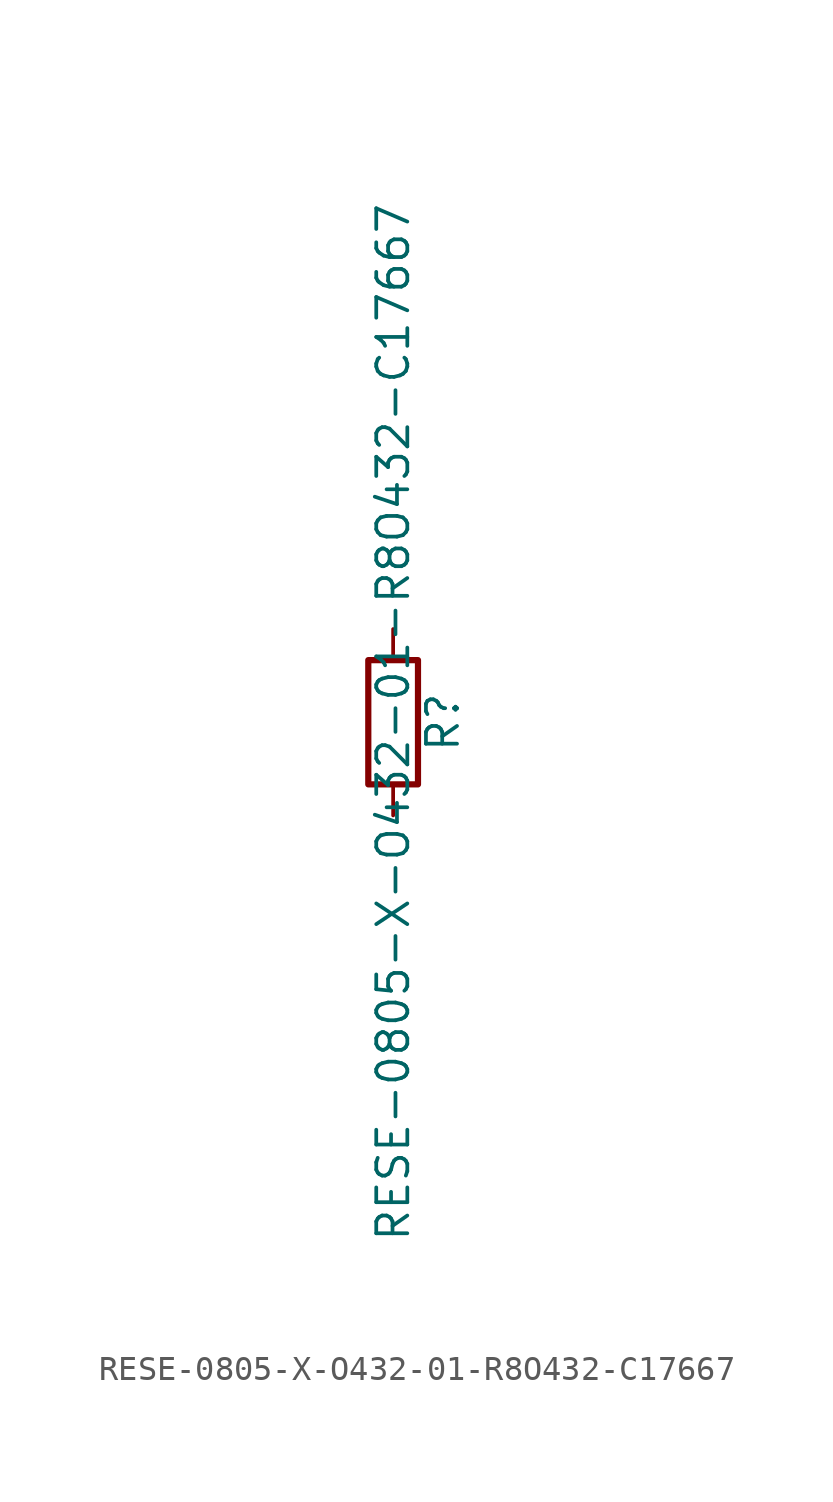
<source format=kicad_sym>
(kicad_symbol_lib
  (version 20211014)
  (generator kicad_symbol_editor)
  (symbol "RESE-0805-X-O432-01-R8O432-C17667"
    (pin_numbers hide)
    (pin_names
      (offset 0))
    (property "Reference" "R"
      (at 2.032 0 90)
      (effects (font (size 1.27 1.27))))
    (property "Value" "RESE-0805-X-O432-01-R8O432-C17667"
      (at 0 0 90)
      (effects (font (size 1.27 1.27))))
    (symbol "RESE-0805-X-O432-01-R8O432-C17667_0_1"
      (rectangle (start -1.016 -2.54) (end 1.016 2.54) (stroke (width 0.254) (type default) (color 0 0 0 0)) (fill (type none))))
    (symbol "RESE-0805-X-O432-01-R8O432-C17667_1_1"
      (pin passive line (at 0 3.81 270) (length 1.27) (name "~" (effects (font (size 1.27 1.27)))) (number "1" (effects (font (size 1.27 1.27)))))
      (pin passive line (at 0 -3.81 90) (length 1.27) (name "~" (effects (font (size 1.27 1.27)))) (number "2" (effects (font (size 1.27 1.27))))))))
</source>
